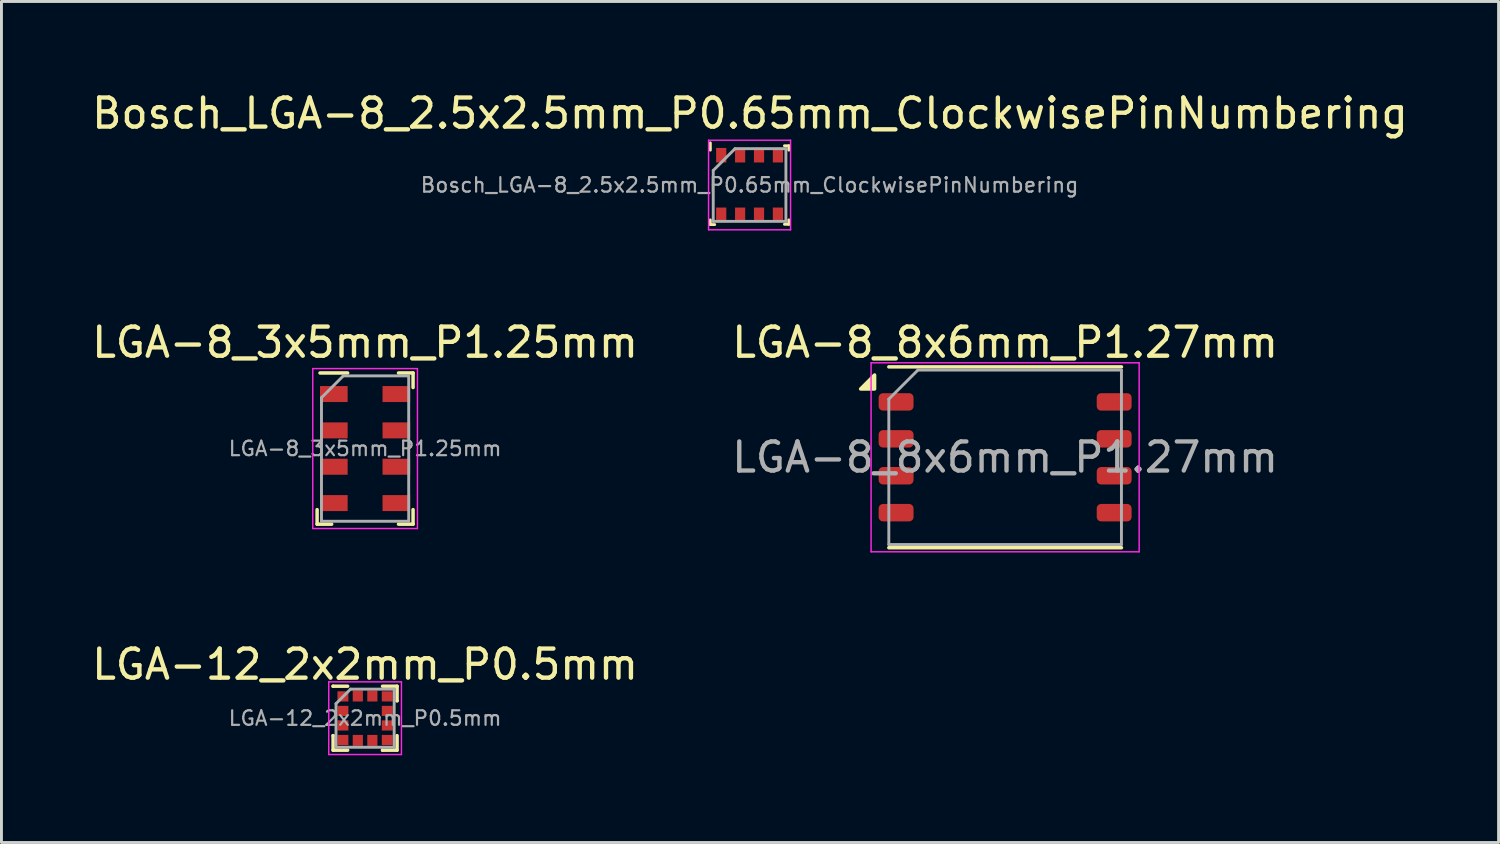
<source format=kicad_pcb>
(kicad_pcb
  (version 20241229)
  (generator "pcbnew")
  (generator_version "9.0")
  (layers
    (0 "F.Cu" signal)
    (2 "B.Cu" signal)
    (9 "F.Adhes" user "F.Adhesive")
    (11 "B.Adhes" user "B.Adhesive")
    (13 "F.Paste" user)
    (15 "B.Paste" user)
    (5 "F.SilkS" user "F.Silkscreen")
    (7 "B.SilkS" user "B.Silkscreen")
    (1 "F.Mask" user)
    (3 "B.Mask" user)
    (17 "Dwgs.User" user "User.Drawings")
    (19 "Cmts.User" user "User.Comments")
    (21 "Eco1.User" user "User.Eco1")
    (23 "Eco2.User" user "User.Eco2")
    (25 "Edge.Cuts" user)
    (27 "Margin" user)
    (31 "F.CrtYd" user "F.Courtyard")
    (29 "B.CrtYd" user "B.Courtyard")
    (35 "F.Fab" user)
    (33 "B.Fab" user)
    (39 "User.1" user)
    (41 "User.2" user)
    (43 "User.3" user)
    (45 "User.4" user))
  (footprint "Bosch_LGA-8_2.5x2.5mm_P0.65mm_ClockwisePinNumbering"
    (layer "F.Cu")
    (at 22.729 3.313)
    (property "Reference" "Bosch_LGA-8_2.5x2.5mm_P0.65mm_ClockwisePinNumbering" (at 0.015 -2.465 0) (layer "F.SilkS") (effects (font (size 1 1) (thickness 0.15))))
    (attr smd)
    (fp_line (start -1.35 -1.2) (end -1.35 -1.45) (stroke (width 0.1) (type solid)) (layer "F.SilkS"))
    (fp_line (start -1.35 1.35) (end -1.35 1.2) (stroke (width 0.1) (type solid)) (layer "F.SilkS"))
    (fp_line (start -1.35 1.36) (end -1.2 1.36) (stroke (width 0.1) (type solid)) (layer "F.SilkS"))
    (fp_line (start 1.2 -1.35) (end 1.35 -1.35) (stroke (width 0.1) (type solid)) (layer "F.SilkS"))
    (fp_line (start 1.35 -1.35) (end 1.35 -1.2) (stroke (width 0.1) (type solid)) (layer "F.SilkS"))
    (fp_line (start 1.35 1.35) (end 1.2 1.35) (stroke (width 0.1) (type solid)) (layer "F.SilkS"))
    (fp_line (start 1.35 1.35) (end 1.35 1.2) (stroke (width 0.1) (type solid)) (layer "F.SilkS"))
    (fp_line (start -1.41 -1.54) (end 1.41 -1.54) (stroke (width 0.05) (type solid)) (layer "F.CrtYd"))
    (fp_line (start -1.41 1.54) (end -1.41 -1.54) (stroke (width 0.05) (type solid)) (layer "F.CrtYd"))
    (fp_line (start 1.41 -1.54) (end 1.41 1.54) (stroke (width 0.05) (type solid)) (layer "F.CrtYd"))
    (fp_line (start 1.41 1.54) (end -1.41 1.54) (stroke (width 0.05) (type solid)) (layer "F.CrtYd"))
    (fp_line (start -1.25 -0.5) (end -0.5 -1.25) (stroke (width 0.1) (type solid)) (layer "F.Fab"))
    (fp_line (start -1.25 1.25) (end -1.25 -0.5) (stroke (width 0.1) (type solid)) (layer "F.Fab"))
    (fp_line (start -0.5 -1.25) (end 1.25 -1.25) (stroke (width 0.1) (type solid)) (layer "F.Fab"))
    (fp_line (start 1.25 -1.25) (end 1.25 1.25) (stroke (width 0.1) (type solid)) (layer "F.Fab"))
    (fp_line (start 1.25 1.25) (end -1.25 1.25) (stroke (width 0.1) (type solid)) (layer "F.Fab"))
    (fp_text user "${REFERENCE}" (at 0 0 180) (layer "F.Fab") (effects (font (size 0.5 0.5) (thickness 0.075))))
    (pad "1" smd rect (at -0.975 -1.025 90) (size 0.5 0.35) (layers "F.Cu" "F.Mask" "F.Paste"))
    (pad "2" smd rect (at -0.325 -1.025 90) (size 0.5 0.35) (layers "F.Cu" "F.Mask" "F.Paste"))
    (pad "3" smd rect (at 0.325 -1.025 90) (size 0.5 0.35) (layers "F.Cu" "F.Mask" "F.Paste"))
    (pad "4" smd rect (at 0.975 -1.025 90) (size 0.5 0.35) (layers "F.Cu" "F.Mask" "F.Paste"))
    (pad "5" smd rect (at 0.975 1.025 90) (size 0.5 0.35) (layers "F.Cu" "F.Mask" "F.Paste"))
    (pad "6" smd rect (at 0.325 1.025 90) (size 0.5 0.35) (layers "F.Cu" "F.Mask" "F.Paste"))
    (pad "7" smd rect (at -0.325 1.025 90) (size 0.5 0.35) (layers "F.Cu" "F.Mask" "F.Paste"))
    (pad "8" smd rect (at -0.975 1.025 90) (size 0.5 0.35) (layers "F.Cu" "F.Mask" "F.Paste")))
  (footprint "LGA-8_3x5mm_P1.25mm"
    (layer "F.Cu")
    (at 9.506 12.377)
    (property "Reference" "LGA-8_3x5mm_P1.25mm" (at 0 -3.65 0) (layer "F.SilkS") (effects (font (size 1 1) (thickness 0.15))))
    (attr smd)
    (fp_line (start -1.65 2.6) (end -1.65 2.1) (stroke (width 0.12) (type solid)) (layer "F.SilkS"))
    (fp_line (start -1.55 -2.6) (end -0.6 -2.6) (stroke (width 0.12) (type solid)) (layer "F.SilkS"))
    (fp_line (start -1.15 2.6) (end -1.65 2.6) (stroke (width 0.12) (type solid)) (layer "F.SilkS"))
    (fp_line (start 1.15 -2.6) (end 1.65 -2.6) (stroke (width 0.12) (type solid)) (layer "F.SilkS"))
    (fp_line (start 1.65 -2.6) (end 1.65 -2.1) (stroke (width 0.12) (type solid)) (layer "F.SilkS"))
    (fp_line (start 1.65 2.1) (end 1.65 2.6) (stroke (width 0.12) (type solid)) (layer "F.SilkS"))
    (fp_line (start 1.65 2.6) (end 1.15 2.6) (stroke (width 0.12) (type solid)) (layer "F.SilkS"))
    (fp_line (start -1.8 -2.75) (end -1.8 2.75) (stroke (width 0.05) (type solid)) (layer "F.CrtYd"))
    (fp_line (start -1.8 -2.75) (end 1.8 -2.75) (stroke (width 0.05) (type solid)) (layer "F.CrtYd"))
    (fp_line (start 1.8 2.75) (end -1.8 2.75) (stroke (width 0.05) (type solid)) (layer "F.CrtYd"))
    (fp_line (start 1.8 2.75) (end 1.8 -2.75) (stroke (width 0.05) (type solid)) (layer "F.CrtYd"))
    (fp_line (start -1.5 -1.75) (end -0.75 -2.5) (stroke (width 0.1) (type solid)) (layer "F.Fab"))
    (fp_line (start -1.5 2.5) (end -1.5 -1.75) (stroke (width 0.1) (type solid)) (layer "F.Fab"))
    (fp_line (start -0.75 -2.5) (end 1.5 -2.5) (stroke (width 0.1) (type solid)) (layer "F.Fab"))
    (fp_line (start 1.5 -2.5) (end 1.5 2.5) (stroke (width 0.1) (type solid)) (layer "F.Fab"))
    (fp_line (start 1.5 2.5) (end -1.5 2.5) (stroke (width 0.1) (type solid)) (layer "F.Fab"))
    (fp_text user "${REFERENCE}" (at 0 0 0) (layer "F.Fab") (effects (font (size 0.5 0.5) (thickness 0.075))))
    (pad "1" smd rect (at -1.075 -1.875) (size 0.95 0.55) (layers "F.Cu" "F.Mask" "F.Paste"))
    (pad "2" smd rect (at -1.075 -0.625) (size 0.95 0.55) (layers "F.Cu" "F.Mask" "F.Paste"))
    (pad "3" smd rect (at -1.075 0.625) (size 0.95 0.55) (layers "F.Cu" "F.Mask" "F.Paste"))
    (pad "4" smd rect (at -1.075 1.875) (size 0.95 0.55) (layers "F.Cu" "F.Mask" "F.Paste"))
    (pad "5" smd rect (at 1.075 1.875) (size 0.95 0.55) (layers "F.Cu" "F.Mask" "F.Paste"))
    (pad "6" smd rect (at 1.075 0.625) (size 0.95 0.55) (layers "F.Cu" "F.Mask" "F.Paste"))
    (pad "7" smd rect (at 1.075 -0.625) (size 0.95 0.55) (layers "F.Cu" "F.Mask" "F.Paste"))
    (pad "8" smd rect (at 1.075 -1.875) (size 0.95 0.55) (layers "F.Cu" "F.Mask" "F.Paste")))
  (footprint "LGA-12_2x2mm_P0.5mm"
    (layer "F.Cu")
    (at 9.506 21.65)
    (property "Reference" "LGA-12_2x2mm_P0.5mm" (at 0 -1.85 0) (layer "F.SilkS") (effects (font (size 1 1) (thickness 0.15))))
    (attr smd)
    (fp_line (start -1.1 -1.1) (end -1.1 -1.1) (stroke (width 0.12) (type solid)) (layer "F.SilkS"))
    (fp_line (start -1.1 0.6) (end -1.1 0.6) (stroke (width 0.12) (type solid)) (layer "F.SilkS"))
    (fp_line (start -1.1 1.1) (end -1.1 0.6) (stroke (width 0.12) (type solid)) (layer "F.SilkS"))
    (fp_line (start -0.6 -1.1) (end -1.1 -1.1) (stroke (width 0.12) (type solid)) (layer "F.SilkS"))
    (fp_line (start -0.6 1.1) (end -1.1 1.1) (stroke (width 0.12) (type solid)) (layer "F.SilkS"))
    (fp_line (start 0.6 -1.1) (end 1.1 -1.1) (stroke (width 0.12) (type solid)) (layer "F.SilkS"))
    (fp_line (start 0.6 1.1) (end 0.6 1.1) (stroke (width 0.12) (type solid)) (layer "F.SilkS"))
    (fp_line (start 1.1 -1.1) (end 1.1 -0.6) (stroke (width 0.12) (type solid)) (layer "F.SilkS"))
    (fp_line (start 1.1 -0.6) (end 1.1 -0.6) (stroke (width 0.12) (type solid)) (layer "F.SilkS"))
    (fp_line (start 1.1 0.6) (end 1.1 1.1) (stroke (width 0.12) (type solid)) (layer "F.SilkS"))
    (fp_line (start 1.1 1.1) (end 0.6 1.1) (stroke (width 0.12) (type solid)) (layer "F.SilkS"))
    (fp_line (start -1.25 -1.25) (end 1.25 -1.25) (stroke (width 0.05) (type solid)) (layer "F.CrtYd"))
    (fp_line (start -1.25 1.25) (end -1.25 -1.25) (stroke (width 0.05) (type solid)) (layer "F.CrtYd"))
    (fp_line (start 1.25 -1.25) (end 1.25 1.25) (stroke (width 0.05) (type solid)) (layer "F.CrtYd"))
    (fp_line (start 1.25 1.25) (end -1.25 1.25) (stroke (width 0.05) (type solid)) (layer "F.CrtYd"))
    (fp_line (start -1 -0.5) (end -0.5 -1) (stroke (width 0.1) (type solid)) (layer "F.Fab"))
    (fp_line (start -1 1) (end -1 -0.5) (stroke (width 0.1) (type solid)) (layer "F.Fab"))
    (fp_line (start -0.5 -1) (end 1 -1) (stroke (width 0.1) (type solid)) (layer "F.Fab"))
    (fp_line (start 1 -1) (end 1 1) (stroke (width 0.1) (type solid)) (layer "F.Fab"))
    (fp_line (start 1 1) (end -1 1) (stroke (width 0.1) (type solid)) (layer "F.Fab"))
    (fp_text user "${REFERENCE}" (at 0 0 0) (layer "F.Fab") (effects (font (size 0.5 0.5) (thickness 0.075))))
    (pad "1" smd rect (at -0.762 -0.75) (size 0.375 0.35) (layers "F.Cu" "F.Mask" "F.Paste"))
    (pad "2" smd rect (at -0.762 -0.25) (size 0.375 0.35) (layers "F.Cu" "F.Mask" "F.Paste"))
    (pad "3" smd rect (at -0.762 0.25) (size 0.375 0.35) (layers "F.Cu" "F.Mask" "F.Paste"))
    (pad "4" smd rect (at -0.762 0.75) (size 0.375 0.35) (layers "F.Cu" "F.Mask" "F.Paste"))
    (pad "5" smd rect (at -0.25 0.762 90) (size 0.375 0.35) (layers "F.Cu" "F.Mask" "F.Paste"))
    (pad "6" smd rect (at 0.25 0.762 90) (size 0.375 0.35) (layers "F.Cu" "F.Mask" "F.Paste"))
    (pad "7" smd rect (at 0.762 0.75) (size 0.375 0.35) (layers "F.Cu" "F.Mask" "F.Paste"))
    (pad "8" smd rect (at 0.762 0.25) (size 0.375 0.35) (layers "F.Cu" "F.Mask" "F.Paste"))
    (pad "9" smd rect (at 0.762 -0.25) (size 0.375 0.35) (layers "F.Cu" "F.Mask" "F.Paste"))
    (pad "10" smd rect (at 0.762 -0.75) (size 0.375 0.35) (layers "F.Cu" "F.Mask" "F.Paste"))
    (pad "11" smd rect (at 0.25 -0.762 90) (size 0.375 0.35) (layers "F.Cu" "F.Mask" "F.Paste"))
    (pad "12" smd rect (at -0.25 -0.762 90) (size 0.375 0.35) (layers "F.Cu" "F.Mask" "F.Paste")))
  (footprint "LGA-8_8x6mm_P1.27mm"
    (layer "F.Cu")
    (at 31.518 12.677)
    (property "Reference" "LGA-8_8x6mm_P1.27mm" (at 0 -3.95 0) (layer "F.SilkS") (effects (font (size 1 1) (thickness 0.15))))
    (attr smd)
    (fp_line (start -4 -3.11) (end 4 -3.11) (stroke (width 0.12) (type solid)) (layer "F.SilkS"))
    (fp_line (start -4 3.11) (end 4 3.11) (stroke (width 0.12) (type solid)) (layer "F.SilkS"))
    (fp_poly (pts (xy -4.49 -2.35) (xy -4.97 -2.35) (xy -4.49 -2.83) (xy -4.49 -2.35)) (stroke (width 0.12) (type solid)) (fill yes) (layer "F.SilkS"))
    (fp_line (start -4.61 -3.25) (end -4.61 3.25) (stroke (width 0.05) (type solid)) (layer "F.CrtYd"))
    (fp_line (start -4.61 3.25) (end 4.61 3.25) (stroke (width 0.05) (type solid)) (layer "F.CrtYd"))
    (fp_line (start 4.61 -3.25) (end -4.61 -3.25) (stroke (width 0.05) (type solid)) (layer "F.CrtYd"))
    (fp_line (start 4.61 3.25) (end 4.61 -3.25) (stroke (width 0.05) (type solid)) (layer "F.CrtYd"))
    (fp_line (start -4 -2) (end -3 -3) (stroke (width 0.1) (type solid)) (layer "F.Fab"))
    (fp_line (start -4 3) (end -4 -2) (stroke (width 0.1) (type solid)) (layer "F.Fab"))
    (fp_line (start -3 -3) (end 4 -3) (stroke (width 0.1) (type solid)) (layer "F.Fab"))
    (fp_line (start 4 -3) (end 4 3) (stroke (width 0.1) (type solid)) (layer "F.Fab"))
    (fp_line (start 4 3) (end -4 3) (stroke (width 0.1) (type solid)) (layer "F.Fab"))
    (fp_text user "${REFERENCE}" (at 0 0 0) (layer "F.Fab") (effects (font (size 1 1) (thickness 0.15))))
    (pad "1" smd roundrect (at -3.75 -1.905) (size 1.2 0.6) (layers "F.Cu" "F.Mask" "F.Paste") (roundrect_rratio 0.25))
    (pad "2" smd roundrect (at -3.75 -0.635) (size 1.2 0.6) (layers "F.Cu" "F.Mask" "F.Paste") (roundrect_rratio 0.25))
    (pad "3" smd roundrect (at -3.75 0.635) (size 1.2 0.6) (layers "F.Cu" "F.Mask" "F.Paste") (roundrect_rratio 0.25))
    (pad "4" smd roundrect (at -3.75 1.905) (size 1.2 0.6) (layers "F.Cu" "F.Mask" "F.Paste") (roundrect_rratio 0.25))
    (pad "5" smd roundrect (at 3.75 1.905) (size 1.2 0.6) (layers "F.Cu" "F.Mask" "F.Paste") (roundrect_rratio 0.25))
    (pad "6" smd roundrect (at 3.75 0.635) (size 1.2 0.6) (layers "F.Cu" "F.Mask" "F.Paste") (roundrect_rratio 0.25))
    (pad "7" smd roundrect (at 3.75 -0.635) (size 1.2 0.6) (layers "F.Cu" "F.Mask" "F.Paste") (roundrect_rratio 0.25))
    (pad "8" smd roundrect (at 3.75 -1.905) (size 1.2 0.6) (layers "F.Cu" "F.Mask" "F.Paste") (roundrect_rratio 0.25)))
  (gr_rect
    (start -3 -3)
    (end 48.488 25.925)
    (stroke (width 0.1) (type default))
    (fill no)
    (layer "Edge.Cuts")))
</source>
